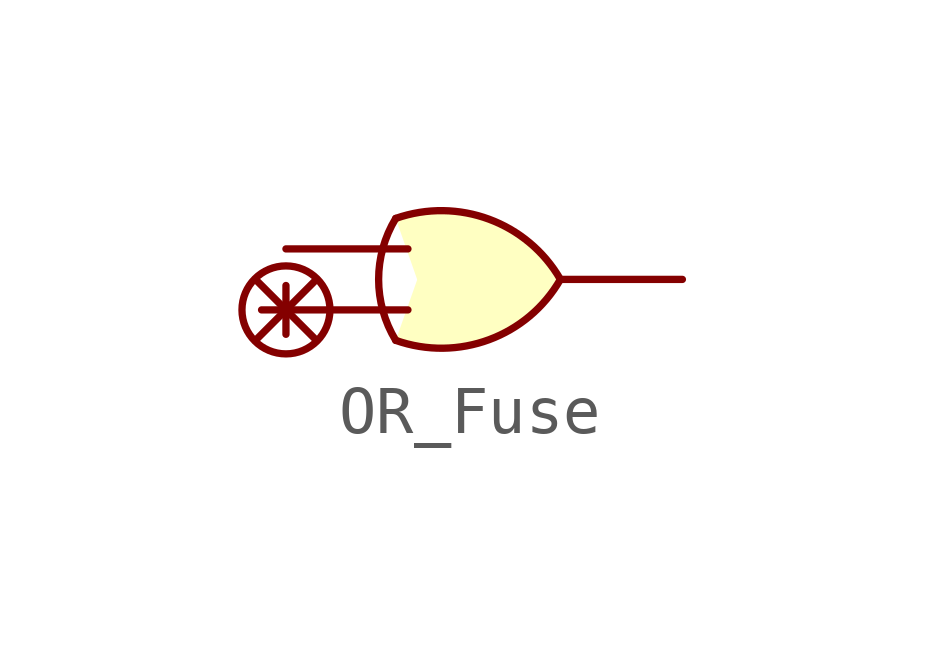
<source format=kicad_sym>
(kicad_symbol_lib
  (version 20211014)
  (generator kicad_symbol_editor)
  (symbol "OR_Fuse"
    (property "Reference" "U"
      (at 0 -3.81 0)
      (effects (font (size 1.27 1.27)) hide))
    (symbol "OR_Fuse_0_1"
      (circle (center -2.54 -1.27) (radius 0.916) (stroke (width 0.152) (type default) (color 0 0 0 0)) (fill (type none)))
      (arc (start -0.254 -1.905) (mid 1.6903 -1.8905) (end 3.175 -0.635) (stroke (width 0.1524) (type default) (color 0 0 0 0)) (fill (type background)))
      (arc (start -0.254 0.635) (mid -4.7805 -0.635) (end -0.254 -1.905) (stroke (width 0.1524) (type default) (color 0 0 0 0)) (fill (type none)))
      (polyline (pts (xy -3.175 -1.905) (xy -1.905 -0.635)) (stroke (width 0.152) (type default) (color 0 0 0 0)) (fill (type none)))
      (polyline (pts (xy -3.175 -0.635) (xy -1.905 -1.905)) (stroke (width 0.152) (type default) (color 0 0 0 0)) (fill (type none)))
      (polyline (pts (xy -3.048 -1.27) (xy 0 -1.27)) (stroke (width 0.152) (type default) (color 0 0 0 0)) (fill (type none)))
      (polyline (pts (xy -2.54 -1.778) (xy -2.54 -0.762)) (stroke (width 0.152) (type default) (color 0 0 0 0)) (fill (type none)))
      (arc (start 3.175 -0.635) (mid 1.6894 0.6181) (end -0.254 0.635) (stroke (width 0.1524) (type default) (color 0 0 0 0)) (fill (type background))))
    (symbol "OR_Fuse_1_1"
      (pin input line (at -2.54 0 0) (length 2.54) (name "" (effects (font (size 1.27 1.27)))) (number "" (effects (font (size 1.27 1.27)))))
      (pin output line (at 5.715 -0.635 180) (length 2.54) (name "" (effects (font (size 1.27 1.27)))) (number "" (effects (font (size 1.27 1.27))))))))
</source>
